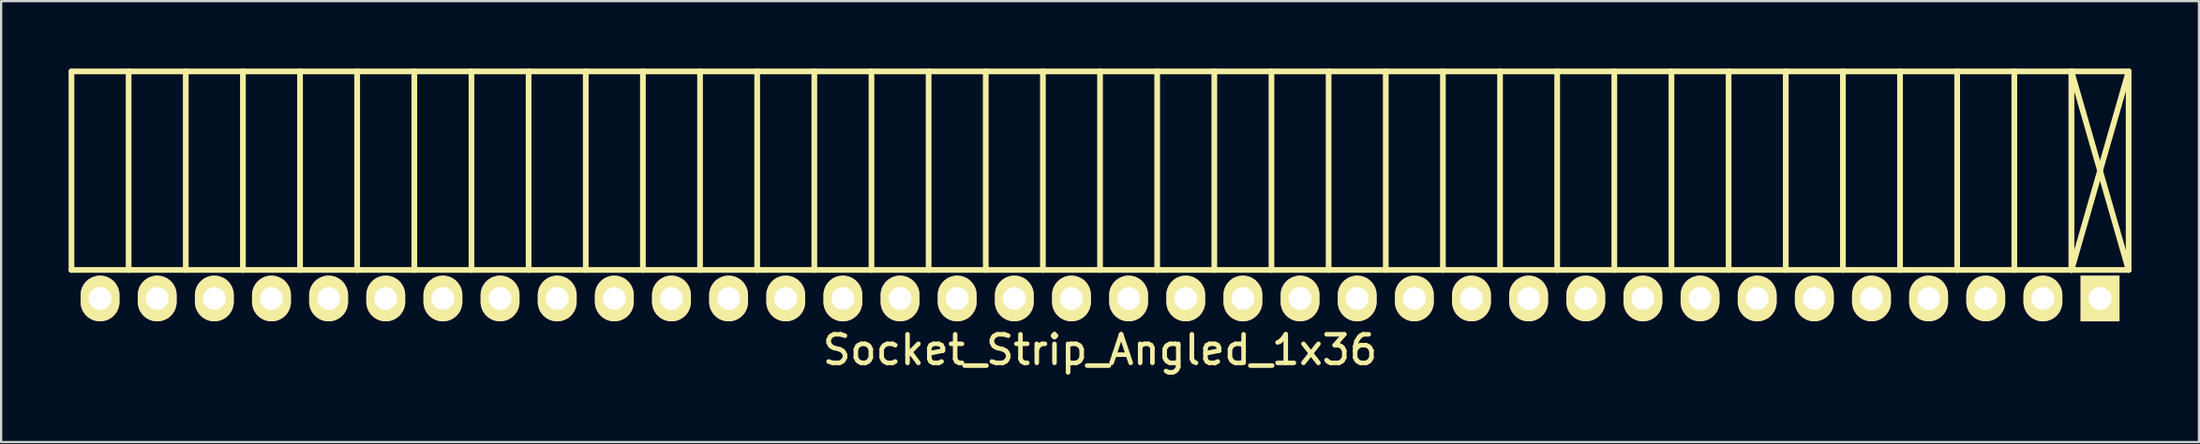
<source format=kicad_pcb>
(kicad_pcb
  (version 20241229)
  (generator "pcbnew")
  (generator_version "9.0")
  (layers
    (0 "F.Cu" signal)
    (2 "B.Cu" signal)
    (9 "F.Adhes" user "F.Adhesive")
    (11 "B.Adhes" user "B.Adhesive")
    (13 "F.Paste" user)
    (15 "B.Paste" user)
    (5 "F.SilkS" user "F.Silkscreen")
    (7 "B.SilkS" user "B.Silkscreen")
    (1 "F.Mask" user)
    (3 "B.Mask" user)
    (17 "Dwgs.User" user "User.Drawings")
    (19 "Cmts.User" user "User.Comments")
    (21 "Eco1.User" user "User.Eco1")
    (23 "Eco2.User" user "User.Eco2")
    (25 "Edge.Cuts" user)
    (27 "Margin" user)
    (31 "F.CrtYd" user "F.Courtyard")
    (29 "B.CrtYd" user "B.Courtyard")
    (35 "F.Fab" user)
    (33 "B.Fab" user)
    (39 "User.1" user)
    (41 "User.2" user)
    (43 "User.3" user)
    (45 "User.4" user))
  (footprint "Socket_Strip_Angled_1x36"
    (layer "F.Cu")
    (at 45.847 10.227)
    (property "Reference" "Socket_Strip_Angled_1x36" (at 0 2.286 0) (layer "F.SilkS") (effects (font (size 1.27 1.27) (thickness 0.203))))
    (attr through_hole)
    (fp_line (start -45.72 -10.1) (end -45.72 -1.27) (stroke (width 0.254) (type solid)) (layer "F.SilkS"))
    (fp_line (start -43.18 -10.1) (end -45.72 -10.1) (stroke (width 0.254) (type solid)) (layer "F.SilkS"))
    (fp_line (start -43.18 -10.1) (end -43.18 -1.27) (stroke (width 0.254) (type solid)) (layer "F.SilkS"))
    (fp_line (start -43.18 -1.27) (end -45.72 -1.27) (stroke (width 0.254) (type solid)) (layer "F.SilkS"))
    (fp_line (start -40.64 -10.1) (end -43.18 -10.1) (stroke (width 0.254) (type solid)) (layer "F.SilkS"))
    (fp_line (start -40.64 -10.1) (end -40.64 -1.27) (stroke (width 0.254) (type solid)) (layer "F.SilkS"))
    (fp_line (start -40.64 -1.27) (end -43.18 -1.27) (stroke (width 0.254) (type solid)) (layer "F.SilkS"))
    (fp_line (start -38.1 -10.1) (end -40.64 -10.1) (stroke (width 0.254) (type solid)) (layer "F.SilkS"))
    (fp_line (start -38.1 -10.1) (end -38.1 -1.27) (stroke (width 0.254) (type solid)) (layer "F.SilkS"))
    (fp_line (start -38.1 -1.27) (end -40.64 -1.27) (stroke (width 0.254) (type solid)) (layer "F.SilkS"))
    (fp_line (start -35.56 -10.1) (end -38.1 -10.1) (stroke (width 0.254) (type solid)) (layer "F.SilkS"))
    (fp_line (start -35.56 -10.1) (end -35.56 -1.27) (stroke (width 0.254) (type solid)) (layer "F.SilkS"))
    (fp_line (start -35.56 -1.27) (end -38.1 -1.27) (stroke (width 0.254) (type solid)) (layer "F.SilkS"))
    (fp_line (start -33.02 -10.1) (end -35.56 -10.1) (stroke (width 0.254) (type solid)) (layer "F.SilkS"))
    (fp_line (start -33.02 -10.1) (end -33.02 -1.27) (stroke (width 0.254) (type solid)) (layer "F.SilkS"))
    (fp_line (start -33.02 -1.27) (end -35.56 -1.27) (stroke (width 0.254) (type solid)) (layer "F.SilkS"))
    (fp_line (start -30.48 -10.1) (end -33.02 -10.1) (stroke (width 0.254) (type solid)) (layer "F.SilkS"))
    (fp_line (start -30.48 -10.1) (end -30.48 -1.27) (stroke (width 0.254) (type solid)) (layer "F.SilkS"))
    (fp_line (start -30.48 -1.27) (end -33.02 -1.27) (stroke (width 0.254) (type solid)) (layer "F.SilkS"))
    (fp_line (start -27.94 -10.1) (end -30.48 -10.1) (stroke (width 0.254) (type solid)) (layer "F.SilkS"))
    (fp_line (start -27.94 -10.1) (end -27.94 -1.27) (stroke (width 0.254) (type solid)) (layer "F.SilkS"))
    (fp_line (start -27.94 -1.27) (end -30.48 -1.27) (stroke (width 0.254) (type solid)) (layer "F.SilkS"))
    (fp_line (start -25.4 -10.1) (end -27.94 -10.1) (stroke (width 0.254) (type solid)) (layer "F.SilkS"))
    (fp_line (start -25.4 -10.1) (end -25.4 -1.27) (stroke (width 0.254) (type solid)) (layer "F.SilkS"))
    (fp_line (start -25.4 -1.27) (end -27.94 -1.27) (stroke (width 0.254) (type solid)) (layer "F.SilkS"))
    (fp_line (start -22.86 -10.1) (end -25.4 -10.1) (stroke (width 0.254) (type solid)) (layer "F.SilkS"))
    (fp_line (start -22.86 -10.1) (end -22.86 -1.27) (stroke (width 0.254) (type solid)) (layer "F.SilkS"))
    (fp_line (start -22.86 -1.27) (end -25.4 -1.27) (stroke (width 0.254) (type solid)) (layer "F.SilkS"))
    (fp_line (start -20.32 -10.1) (end -22.86 -10.1) (stroke (width 0.254) (type solid)) (layer "F.SilkS"))
    (fp_line (start -20.32 -10.1) (end -20.32 -1.27) (stroke (width 0.254) (type solid)) (layer "F.SilkS"))
    (fp_line (start -20.32 -1.27) (end -22.86 -1.27) (stroke (width 0.254) (type solid)) (layer "F.SilkS"))
    (fp_line (start -17.78 -10.1) (end -20.32 -10.1) (stroke (width 0.254) (type solid)) (layer "F.SilkS"))
    (fp_line (start -17.78 -10.1) (end -17.78 -1.27) (stroke (width 0.254) (type solid)) (layer "F.SilkS"))
    (fp_line (start -17.78 -1.27) (end -20.32 -1.27) (stroke (width 0.254) (type solid)) (layer "F.SilkS"))
    (fp_line (start -15.24 -10.1) (end -17.78 -10.1) (stroke (width 0.254) (type solid)) (layer "F.SilkS"))
    (fp_line (start -15.24 -10.1) (end -15.24 -1.27) (stroke (width 0.254) (type solid)) (layer "F.SilkS"))
    (fp_line (start -15.24 -1.27) (end -17.78 -1.27) (stroke (width 0.254) (type solid)) (layer "F.SilkS"))
    (fp_line (start -12.7 -10.1) (end -15.24 -10.1) (stroke (width 0.254) (type solid)) (layer "F.SilkS"))
    (fp_line (start -12.7 -10.1) (end -12.7 -1.27) (stroke (width 0.254) (type solid)) (layer "F.SilkS"))
    (fp_line (start -12.7 -1.27) (end -15.24 -1.27) (stroke (width 0.254) (type solid)) (layer "F.SilkS"))
    (fp_line (start -10.16 -10.1) (end -12.7 -10.1) (stroke (width 0.254) (type solid)) (layer "F.SilkS"))
    (fp_line (start -10.16 -10.1) (end -10.16 -1.27) (stroke (width 0.254) (type solid)) (layer "F.SilkS"))
    (fp_line (start -10.16 -1.27) (end -12.7 -1.27) (stroke (width 0.254) (type solid)) (layer "F.SilkS"))
    (fp_line (start -7.62 -10.1) (end -10.16 -10.1) (stroke (width 0.254) (type solid)) (layer "F.SilkS"))
    (fp_line (start -7.62 -10.1) (end -7.62 -1.27) (stroke (width 0.254) (type solid)) (layer "F.SilkS"))
    (fp_line (start -7.62 -1.27) (end -10.16 -1.27) (stroke (width 0.254) (type solid)) (layer "F.SilkS"))
    (fp_line (start -5.08 -10.1) (end -7.62 -10.1) (stroke (width 0.254) (type solid)) (layer "F.SilkS"))
    (fp_line (start -5.08 -10.1) (end -5.08 -1.27) (stroke (width 0.254) (type solid)) (layer "F.SilkS"))
    (fp_line (start -5.08 -1.27) (end -7.62 -1.27) (stroke (width 0.254) (type solid)) (layer "F.SilkS"))
    (fp_line (start -2.54 -10.1) (end -5.08 -10.1) (stroke (width 0.254) (type solid)) (layer "F.SilkS"))
    (fp_line (start -2.54 -10.1) (end -2.54 -1.27) (stroke (width 0.254) (type solid)) (layer "F.SilkS"))
    (fp_line (start -2.54 -1.27) (end -5.08 -1.27) (stroke (width 0.254) (type solid)) (layer "F.SilkS"))
    (fp_line (start 0 -10.1) (end -2.54 -10.1) (stroke (width 0.254) (type solid)) (layer "F.SilkS"))
    (fp_line (start 0 -10.1) (end 0 -1.27) (stroke (width 0.254) (type solid)) (layer "F.SilkS"))
    (fp_line (start 0 -1.27) (end -2.54 -1.27) (stroke (width 0.254) (type solid)) (layer "F.SilkS"))
    (fp_line (start 2.54 -10.1) (end 0 -10.1) (stroke (width 0.254) (type solid)) (layer "F.SilkS"))
    (fp_line (start 2.54 -10.1) (end 2.54 -1.27) (stroke (width 0.254) (type solid)) (layer "F.SilkS"))
    (fp_line (start 2.54 -1.27) (end 0 -1.27) (stroke (width 0.254) (type solid)) (layer "F.SilkS"))
    (fp_line (start 5.08 -10.1) (end 2.54 -10.1) (stroke (width 0.254) (type solid)) (layer "F.SilkS"))
    (fp_line (start 5.08 -10.1) (end 5.08 -1.27) (stroke (width 0.254) (type solid)) (layer "F.SilkS"))
    (fp_line (start 5.08 -1.27) (end 2.54 -1.27) (stroke (width 0.254) (type solid)) (layer "F.SilkS"))
    (fp_line (start 7.62 -10.1) (end 5.08 -10.1) (stroke (width 0.254) (type solid)) (layer "F.SilkS"))
    (fp_line (start 7.62 -10.1) (end 7.62 -1.27) (stroke (width 0.254) (type solid)) (layer "F.SilkS"))
    (fp_line (start 7.62 -1.27) (end 5.08 -1.27) (stroke (width 0.254) (type solid)) (layer "F.SilkS"))
    (fp_line (start 10.16 -10.1) (end 7.62 -10.1) (stroke (width 0.254) (type solid)) (layer "F.SilkS"))
    (fp_line (start 10.16 -10.1) (end 10.16 -1.27) (stroke (width 0.254) (type solid)) (layer "F.SilkS"))
    (fp_line (start 10.16 -1.27) (end 7.62 -1.27) (stroke (width 0.254) (type solid)) (layer "F.SilkS"))
    (fp_line (start 12.7 -10.1) (end 10.16 -10.1) (stroke (width 0.254) (type solid)) (layer "F.SilkS"))
    (fp_line (start 12.7 -10.1) (end 12.7 -1.27) (stroke (width 0.254) (type solid)) (layer "F.SilkS"))
    (fp_line (start 12.7 -1.27) (end 10.16 -1.27) (stroke (width 0.254) (type solid)) (layer "F.SilkS"))
    (fp_line (start 15.24 -10.1) (end 12.7 -10.1) (stroke (width 0.254) (type solid)) (layer "F.SilkS"))
    (fp_line (start 15.24 -10.1) (end 15.24 -1.27) (stroke (width 0.254) (type solid)) (layer "F.SilkS"))
    (fp_line (start 15.24 -1.27) (end 12.7 -1.27) (stroke (width 0.254) (type solid)) (layer "F.SilkS"))
    (fp_line (start 17.78 -10.1) (end 15.24 -10.1) (stroke (width 0.254) (type solid)) (layer "F.SilkS"))
    (fp_line (start 17.78 -10.1) (end 17.78 -1.27) (stroke (width 0.254) (type solid)) (layer "F.SilkS"))
    (fp_line (start 17.78 -1.27) (end 15.24 -1.27) (stroke (width 0.254) (type solid)) (layer "F.SilkS"))
    (fp_line (start 20.32 -10.1) (end 17.78 -10.1) (stroke (width 0.254) (type solid)) (layer "F.SilkS"))
    (fp_line (start 20.32 -10.1) (end 20.32 -1.27) (stroke (width 0.254) (type solid)) (layer "F.SilkS"))
    (fp_line (start 20.32 -1.27) (end 17.78 -1.27) (stroke (width 0.254) (type solid)) (layer "F.SilkS"))
    (fp_line (start 22.86 -10.1) (end 20.32 -10.1) (stroke (width 0.254) (type solid)) (layer "F.SilkS"))
    (fp_line (start 22.86 -10.1) (end 22.86 -1.27) (stroke (width 0.254) (type solid)) (layer "F.SilkS"))
    (fp_line (start 22.86 -1.27) (end 20.32 -1.27) (stroke (width 0.254) (type solid)) (layer "F.SilkS"))
    (fp_line (start 25.4 -10.1) (end 22.86 -10.1) (stroke (width 0.254) (type solid)) (layer "F.SilkS"))
    (fp_line (start 25.4 -10.1) (end 25.4 -1.27) (stroke (width 0.254) (type solid)) (layer "F.SilkS"))
    (fp_line (start 25.4 -1.27) (end 22.86 -1.27) (stroke (width 0.254) (type solid)) (layer "F.SilkS"))
    (fp_line (start 27.94 -10.1) (end 25.4 -10.1) (stroke (width 0.254) (type solid)) (layer "F.SilkS"))
    (fp_line (start 27.94 -10.1) (end 27.94 -1.27) (stroke (width 0.254) (type solid)) (layer "F.SilkS"))
    (fp_line (start 27.94 -1.27) (end 25.4 -1.27) (stroke (width 0.254) (type solid)) (layer "F.SilkS"))
    (fp_line (start 30.48 -10.1) (end 27.94 -10.1) (stroke (width 0.254) (type solid)) (layer "F.SilkS"))
    (fp_line (start 30.48 -10.1) (end 30.48 -1.27) (stroke (width 0.254) (type solid)) (layer "F.SilkS"))
    (fp_line (start 30.48 -1.27) (end 27.94 -1.27) (stroke (width 0.254) (type solid)) (layer "F.SilkS"))
    (fp_line (start 33.02 -10.1) (end 30.48 -10.1) (stroke (width 0.254) (type solid)) (layer "F.SilkS"))
    (fp_line (start 33.02 -10.1) (end 33.02 -1.27) (stroke (width 0.254) (type solid)) (layer "F.SilkS"))
    (fp_line (start 33.02 -1.27) (end 30.48 -1.27) (stroke (width 0.254) (type solid)) (layer "F.SilkS"))
    (fp_line (start 35.56 -10.1) (end 33.02 -10.1) (stroke (width 0.254) (type solid)) (layer "F.SilkS"))
    (fp_line (start 35.56 -10.1) (end 35.56 -1.27) (stroke (width 0.254) (type solid)) (layer "F.SilkS"))
    (fp_line (start 35.56 -1.27) (end 33.02 -1.27) (stroke (width 0.254) (type solid)) (layer "F.SilkS"))
    (fp_line (start 38.1 -10.1) (end 35.56 -10.1) (stroke (width 0.254) (type solid)) (layer "F.SilkS"))
    (fp_line (start 38.1 -10.1) (end 38.1 -1.27) (stroke (width 0.254) (type solid)) (layer "F.SilkS"))
    (fp_line (start 38.1 -1.27) (end 35.56 -1.27) (stroke (width 0.254) (type solid)) (layer "F.SilkS"))
    (fp_line (start 40.64 -10.1) (end 38.1 -10.1) (stroke (width 0.254) (type solid)) (layer "F.SilkS"))
    (fp_line (start 40.64 -10.1) (end 40.64 -1.27) (stroke (width 0.254) (type solid)) (layer "F.SilkS"))
    (fp_line (start 40.64 -1.27) (end 38.1 -1.27) (stroke (width 0.254) (type solid)) (layer "F.SilkS"))
    (fp_line (start 43.18 -10.1) (end 40.64 -10.1) (stroke (width 0.254) (type solid)) (layer "F.SilkS"))
    (fp_line (start 43.18 -10.1) (end 43.18 -1.27) (stroke (width 0.254) (type solid)) (layer "F.SilkS"))
    (fp_line (start 43.18 -1.27) (end 40.64 -1.27) (stroke (width 0.254) (type solid)) (layer "F.SilkS"))
    (fp_line (start 43.18 -1.27) (end 43.18 -10.1) (stroke (width 0.254) (type solid)) (layer "F.SilkS"))
    (fp_line (start 45.72 -10.1) (end 43.18 -10.1) (stroke (width 0.254) (type solid)) (layer "F.SilkS"))
    (fp_line (start 45.72 -10.1) (end 43.18 -1.27) (stroke (width 0.254) (type solid)) (layer "F.SilkS"))
    (fp_line (start 45.72 -1.27) (end 43.18 -10.1) (stroke (width 0.254) (type solid)) (layer "F.SilkS"))
    (fp_line (start 45.72 -1.27) (end 43.18 -1.27) (stroke (width 0.254) (type solid)) (layer "F.SilkS"))
    (fp_line (start 45.72 -1.27) (end 45.72 -10.1) (stroke (width 0.254) (type solid)) (layer "F.SilkS"))
    (pad "1" thru_hole rect (at 44.45 0 180) (size 1.727 2.032) (drill 1.016) (layers "*.Cu" "*.Mask" "F.SilkS"))
    (pad "2" thru_hole oval (at 41.91 0 180) (size 1.727 2.032) (drill 1.016) (layers "*.Cu" "*.Mask" "F.SilkS"))
    (pad "3" thru_hole oval (at 39.37 0 180) (size 1.727 2.032) (drill 1.016) (layers "*.Cu" "*.Mask" "F.SilkS"))
    (pad "4" thru_hole oval (at 36.83 0 180) (size 1.727 2.032) (drill 1.016) (layers "*.Cu" "*.Mask" "F.SilkS"))
    (pad "5" thru_hole oval (at 34.29 0 180) (size 1.727 2.032) (drill 1.016) (layers "*.Cu" "*.Mask" "F.SilkS"))
    (pad "6" thru_hole oval (at 31.75 0 180) (size 1.727 2.032) (drill 1.016) (layers "*.Cu" "*.Mask" "F.SilkS"))
    (pad "7" thru_hole oval (at 29.21 0 180) (size 1.727 2.032) (drill 1.016) (layers "*.Cu" "*.Mask" "F.SilkS"))
    (pad "8" thru_hole oval (at 26.67 0 180) (size 1.727 2.032) (drill 1.016) (layers "*.Cu" "*.Mask" "F.SilkS"))
    (pad "9" thru_hole oval (at 24.13 0 180) (size 1.727 2.032) (drill 1.016) (layers "*.Cu" "*.Mask" "F.SilkS"))
    (pad "10" thru_hole oval (at 21.59 0 180) (size 1.727 2.032) (drill 1.016) (layers "*.Cu" "*.Mask" "F.SilkS"))
    (pad "11" thru_hole oval (at 19.05 0 180) (size 1.727 2.032) (drill 1.016) (layers "*.Cu" "*.Mask" "F.SilkS"))
    (pad "12" thru_hole oval (at 16.51 0 180) (size 1.727 2.032) (drill 1.016) (layers "*.Cu" "*.Mask" "F.SilkS"))
    (pad "13" thru_hole oval (at 13.97 0 180) (size 1.727 2.032) (drill 1.016) (layers "*.Cu" "*.Mask" "F.SilkS"))
    (pad "14" thru_hole oval (at 11.43 0 180) (size 1.727 2.032) (drill 1.016) (layers "*.Cu" "*.Mask" "F.SilkS"))
    (pad "15" thru_hole oval (at 8.89 0 180) (size 1.727 2.032) (drill 1.016) (layers "*.Cu" "*.Mask" "F.SilkS"))
    (pad "16" thru_hole oval (at 6.35 0 180) (size 1.727 2.032) (drill 1.016) (layers "*.Cu" "*.Mask" "F.SilkS"))
    (pad "17" thru_hole oval (at 3.81 0 180) (size 1.727 2.032) (drill 1.016) (layers "*.Cu" "*.Mask" "F.SilkS"))
    (pad "18" thru_hole oval (at 1.27 0 180) (size 1.727 2.032) (drill 1.016) (layers "*.Cu" "*.Mask" "F.SilkS"))
    (pad "19" thru_hole oval (at -1.27 0 180) (size 1.727 2.032) (drill 1.016) (layers "*.Cu" "*.Mask" "F.SilkS"))
    (pad "20" thru_hole oval (at -3.81 0 180) (size 1.727 2.032) (drill 1.016) (layers "*.Cu" "*.Mask" "F.SilkS"))
    (pad "21" thru_hole oval (at -6.35 0 180) (size 1.727 2.032) (drill 1.016) (layers "*.Cu" "*.Mask" "F.SilkS"))
    (pad "22" thru_hole oval (at -8.89 0 180) (size 1.727 2.032) (drill 1.016) (layers "*.Cu" "*.Mask" "F.SilkS"))
    (pad "23" thru_hole oval (at -11.43 0 180) (size 1.727 2.032) (drill 1.016) (layers "*.Cu" "*.Mask" "F.SilkS"))
    (pad "24" thru_hole oval (at -13.97 0 180) (size 1.727 2.032) (drill 1.016) (layers "*.Cu" "*.Mask" "F.SilkS"))
    (pad "25" thru_hole oval (at -16.51 0 180) (size 1.727 2.032) (drill 1.016) (layers "*.Cu" "*.Mask" "F.SilkS"))
    (pad "26" thru_hole oval (at -19.05 0 180) (size 1.727 2.032) (drill 1.016) (layers "*.Cu" "*.Mask" "F.SilkS"))
    (pad "27" thru_hole oval (at -21.59 0 180) (size 1.727 2.032) (drill 1.016) (layers "*.Cu" "*.Mask" "F.SilkS"))
    (pad "28" thru_hole oval (at -24.13 0 180) (size 1.727 2.032) (drill 1.016) (layers "*.Cu" "*.Mask" "F.SilkS"))
    (pad "29" thru_hole oval (at -26.67 0 180) (size 1.727 2.032) (drill 1.016) (layers "*.Cu" "*.Mask" "F.SilkS"))
    (pad "30" thru_hole oval (at -29.21 0 180) (size 1.727 2.032) (drill 1.016) (layers "*.Cu" "*.Mask" "F.SilkS"))
    (pad "31" thru_hole oval (at -31.75 0 180) (size 1.727 2.032) (drill 1.016) (layers "*.Cu" "*.Mask" "F.SilkS"))
    (pad "32" thru_hole oval (at -34.29 0 180) (size 1.727 2.032) (drill 1.016) (layers "*.Cu" "*.Mask" "F.SilkS"))
    (pad "33" thru_hole oval (at -36.83 0 180) (size 1.727 2.032) (drill 1.016) (layers "*.Cu" "*.Mask" "F.SilkS"))
    (pad "34" thru_hole oval (at -39.37 0 180) (size 1.727 2.032) (drill 1.016) (layers "*.Cu" "*.Mask" "F.SilkS"))
    (pad "35" thru_hole oval (at -41.91 0 180) (size 1.727 2.032) (drill 1.016) (layers "*.Cu" "*.Mask" "F.SilkS"))
    (pad "36" thru_hole oval (at -44.45 0 180) (size 1.727 2.032) (drill 1.016) (layers "*.Cu" "*.Mask" "F.SilkS")))
  (gr_rect
    (start -3 -3)
    (end 94.694 16.613)
    (stroke (width 0.1) (type default))
    (fill no)
    (layer "Edge.Cuts")))
</source>
